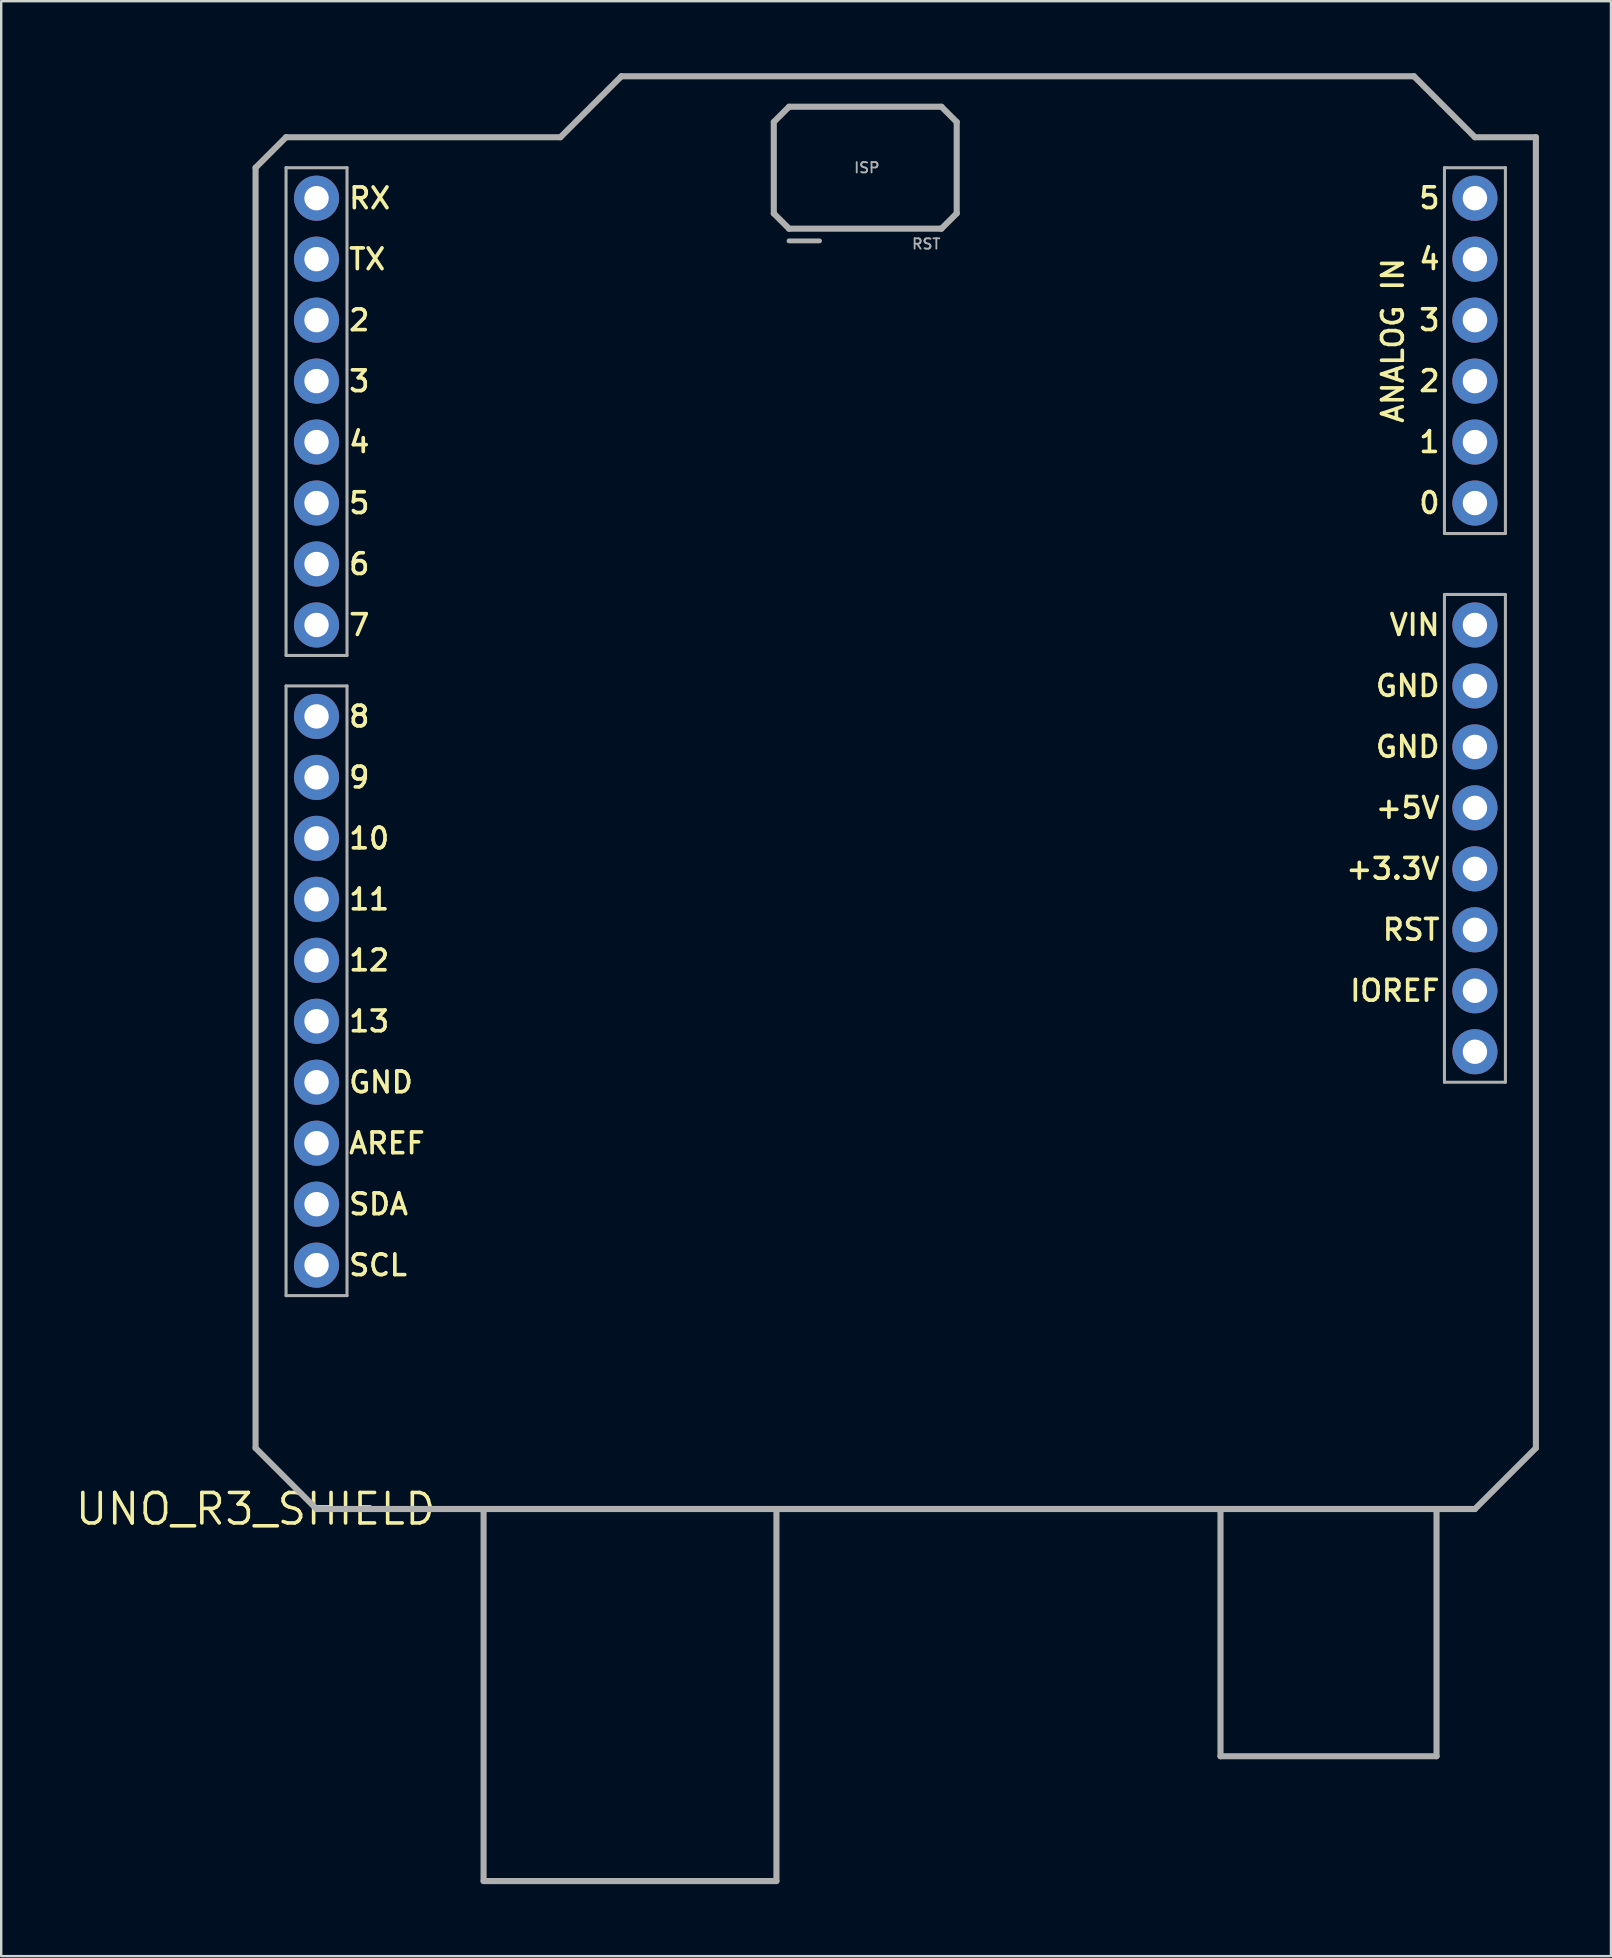
<source format=kicad_pcb>
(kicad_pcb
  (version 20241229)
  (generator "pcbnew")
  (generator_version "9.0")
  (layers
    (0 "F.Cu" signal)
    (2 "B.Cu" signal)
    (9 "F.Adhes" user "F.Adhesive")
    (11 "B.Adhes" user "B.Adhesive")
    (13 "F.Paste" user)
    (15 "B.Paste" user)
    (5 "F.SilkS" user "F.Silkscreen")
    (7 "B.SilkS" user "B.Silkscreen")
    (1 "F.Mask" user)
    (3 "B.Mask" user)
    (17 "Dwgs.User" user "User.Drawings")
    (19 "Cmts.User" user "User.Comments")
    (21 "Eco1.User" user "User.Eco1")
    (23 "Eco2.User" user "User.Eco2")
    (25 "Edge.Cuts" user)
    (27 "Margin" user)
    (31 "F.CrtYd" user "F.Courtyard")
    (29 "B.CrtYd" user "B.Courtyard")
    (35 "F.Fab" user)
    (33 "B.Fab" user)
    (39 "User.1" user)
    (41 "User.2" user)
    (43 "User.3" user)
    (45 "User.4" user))
  (footprint "UNO_R3_SHIELD"
    (layer "F.Cu")
    (at 7.597 59.817)
    (property "Reference" "UNO_R3_SHIELD" (at 0 0 0) (layer "F.SilkS") (effects (font (size 1.27 1.27) (thickness 0.15))))
    (fp_line (start 0 -55.88) (end 0 -2.54) (stroke (width 0.254) (type solid)) (layer "F.Fab"))
    (fp_line (start 0 -2.54) (end 2.54 0) (stroke (width 0.254) (type solid)) (layer "F.Fab"))
    (fp_line (start 1.27 -57.15) (end 0 -55.88) (stroke (width 0.254) (type solid)) (layer "F.Fab"))
    (fp_line (start 1.27 -55.88) (end 3.81 -55.88) (stroke (width 0.127) (type solid)) (layer "F.Fab"))
    (fp_line (start 1.27 -35.56) (end 1.27 -55.88) (stroke (width 0.127) (type solid)) (layer "F.Fab"))
    (fp_line (start 1.27 -34.29) (end 3.81 -34.29) (stroke (width 0.127) (type solid)) (layer "F.Fab"))
    (fp_line (start 1.27 -8.89) (end 1.27 -34.29) (stroke (width 0.127) (type solid)) (layer "F.Fab"))
    (fp_line (start 2.54 0) (end 9.5 0) (stroke (width 0.254) (type solid)) (layer "F.Fab"))
    (fp_line (start 3.81 -55.88) (end 3.81 -35.56) (stroke (width 0.127) (type solid)) (layer "F.Fab"))
    (fp_line (start 3.81 -35.56) (end 1.27 -35.56) (stroke (width 0.127) (type solid)) (layer "F.Fab"))
    (fp_line (start 3.81 -34.29) (end 3.81 -8.89) (stroke (width 0.127) (type solid)) (layer "F.Fab"))
    (fp_line (start 3.81 -8.89) (end 1.27 -8.89) (stroke (width 0.127) (type solid)) (layer "F.Fab"))
    (fp_line (start 9.5 0) (end 21.7 0) (stroke (width 0.254) (type solid)) (layer "F.Fab"))
    (fp_line (start 9.5 15.5) (end 9.5 0) (stroke (width 0.254) (type solid)) (layer "F.Fab"))
    (fp_line (start 9.5 15.5) (end 21.7 15.5) (stroke (width 0.254) (type solid)) (layer "F.Fab"))
    (fp_line (start 12.7 -57.15) (end 1.27 -57.15) (stroke (width 0.254) (type solid)) (layer "F.Fab"))
    (fp_line (start 15.24 -59.69) (end 12.7 -57.15) (stroke (width 0.254) (type solid)) (layer "F.Fab"))
    (fp_line (start 21.59 -57.785) (end 22.225 -58.42) (stroke (width 0.254) (type solid)) (layer "F.Fab"))
    (fp_line (start 21.59 -53.975) (end 21.59 -57.785) (stroke (width 0.254) (type solid)) (layer "F.Fab"))
    (fp_line (start 21.7 0) (end 50.8 0) (stroke (width 0.254) (type solid)) (layer "F.Fab"))
    (fp_line (start 21.7 15.5) (end 21.7 0) (stroke (width 0.254) (type solid)) (layer "F.Fab"))
    (fp_line (start 22.225 -58.42) (end 28.575 -58.42) (stroke (width 0.254) (type solid)) (layer "F.Fab"))
    (fp_line (start 22.225 -53.34) (end 21.59 -53.975) (stroke (width 0.254) (type solid)) (layer "F.Fab"))
    (fp_line (start 23.495 -52.832) (end 22.225 -52.832) (stroke (width 0.203) (type solid)) (layer "F.Fab"))
    (fp_line (start 28.575 -58.42) (end 29.21 -57.785) (stroke (width 0.254) (type solid)) (layer "F.Fab"))
    (fp_line (start 28.575 -53.34) (end 22.225 -53.34) (stroke (width 0.254) (type solid)) (layer "F.Fab"))
    (fp_line (start 29.21 -57.785) (end 29.21 -53.975) (stroke (width 0.254) (type solid)) (layer "F.Fab"))
    (fp_line (start 29.21 -53.975) (end 28.575 -53.34) (stroke (width 0.254) (type solid)) (layer "F.Fab"))
    (fp_line (start 40.2 10.3) (end 40.2 0.1) (stroke (width 0.254) (type solid)) (layer "F.Fab"))
    (fp_line (start 40.2 10.3) (end 49.2 10.3) (stroke (width 0.254) (type solid)) (layer "F.Fab"))
    (fp_line (start 48.26 -59.69) (end 15.24 -59.69) (stroke (width 0.254) (type solid)) (layer "F.Fab"))
    (fp_line (start 49.2 10.3) (end 49.2 0.1) (stroke (width 0.254) (type solid)) (layer "F.Fab"))
    (fp_line (start 49.53 -55.88) (end 52.07 -55.88) (stroke (width 0.127) (type solid)) (layer "F.Fab"))
    (fp_line (start 49.53 -40.64) (end 49.53 -55.88) (stroke (width 0.127) (type solid)) (layer "F.Fab"))
    (fp_line (start 49.53 -38.1) (end 49.53 -17.78) (stroke (width 0.127) (type solid)) (layer "F.Fab"))
    (fp_line (start 49.53 -17.78) (end 52.07 -17.78) (stroke (width 0.127) (type solid)) (layer "F.Fab"))
    (fp_line (start 50.8 -57.15) (end 48.26 -59.69) (stroke (width 0.254) (type solid)) (layer "F.Fab"))
    (fp_line (start 50.8 0) (end 53.34 -2.54) (stroke (width 0.254) (type solid)) (layer "F.Fab"))
    (fp_line (start 52.07 -55.88) (end 52.07 -40.64) (stroke (width 0.127) (type solid)) (layer "F.Fab"))
    (fp_line (start 52.07 -40.64) (end 49.53 -40.64) (stroke (width 0.127) (type solid)) (layer "F.Fab"))
    (fp_line (start 52.07 -38.1) (end 49.53 -38.1) (stroke (width 0.127) (type solid)) (layer "F.Fab"))
    (fp_line (start 52.07 -17.78) (end 52.07 -38.1) (stroke (width 0.127) (type solid)) (layer "F.Fab"))
    (fp_line (start 53.34 -57.15) (end 50.8 -57.15) (stroke (width 0.254) (type solid)) (layer "F.Fab"))
    (fp_line (start 53.34 -2.54) (end 53.34 -57.15) (stroke (width 0.254) (type solid)) (layer "F.Fab"))
    (fp_text user "RST" (at 49.416 -24.638 0) (layer "F.SilkS") (effects (font (size 0.864 0.864) (thickness 0.152)) (justify right top)))
    (fp_text user "10" (at 3.81 -27.432 0) (layer "F.SilkS") (effects (font (size 0.864 0.864) (thickness 0.152)) (justify left bottom)))
    (fp_text user "2" (at 3.81 -49.022 0) (layer "F.SilkS") (effects (font (size 0.864 0.864) (thickness 0.152)) (justify left bottom)))
    (fp_text user "GND" (at 49.416 -34.798 0) (layer "F.SilkS") (effects (font (size 0.864 0.864) (thickness 0.152)) (justify right top)))
    (fp_text user "8" (at 3.81 -32.512 0) (layer "F.SilkS") (effects (font (size 0.864 0.864) (thickness 0.152)) (justify left bottom)))
    (fp_text user "TX" (at 3.81 -51.562 0) (layer "F.SilkS") (effects (font (size 0.864 0.864) (thickness 0.152)) (justify left bottom)))
    (fp_text user "4" (at 49.416 -52.578 0) (layer "F.SilkS") (effects (font (size 0.864 0.864) (thickness 0.152)) (justify right top)))
    (fp_text user "3" (at 3.81 -46.482 0) (layer "F.SilkS") (effects (font (size 0.864 0.864) (thickness 0.152)) (justify left bottom)))
    (fp_text user "RX" (at 3.81 -54.102 0) (layer "F.SilkS") (effects (font (size 0.864 0.864) (thickness 0.152)) (justify left bottom)))
    (fp_text user "12" (at 3.81 -22.352 0) (layer "F.SilkS") (effects (font (size 0.864 0.864) (thickness 0.152)) (justify left bottom)))
    (fp_text user "4" (at 3.81 -43.942 0) (layer "F.SilkS") (effects (font (size 0.864 0.864) (thickness 0.152)) (justify left bottom)))
    (fp_text user "VIN" (at 49.416 -37.338 0) (layer "F.SilkS") (effects (font (size 0.864 0.864) (thickness 0.152)) (justify right top)))
    (fp_text user "1" (at 49.416 -44.958 0) (layer "F.SilkS") (effects (font (size 0.864 0.864) (thickness 0.152)) (justify right top)))
    (fp_text user "+3.3V" (at 49.416 -27.178 0) (layer "F.SilkS") (effects (font (size 0.864 0.864) (thickness 0.152)) (justify right top)))
    (fp_text user "GND" (at 3.81 -17.272 0) (layer "F.SilkS") (effects (font (size 0.864 0.864) (thickness 0.152)) (justify left bottom)))
    (fp_text user "IOREF" (at 49.416 -22.098 0) (layer "F.SilkS") (effects (font (size 0.864 0.864) (thickness 0.152)) (justify right top)))
    (fp_text user "GND" (at 49.416 -32.258 0) (layer "F.SilkS") (effects (font (size 0.864 0.864) (thickness 0.152)) (justify right top)))
    (fp_text user "SDA" (at 3.81 -12.192 0) (layer "F.SilkS") (effects (font (size 0.864 0.864) (thickness 0.152)) (justify left bottom)))
    (fp_text user "9" (at 3.81 -29.972 0) (layer "F.SilkS") (effects (font (size 0.864 0.864) (thickness 0.152)) (justify left bottom)))
    (fp_text user "+5V" (at 49.416 -29.718 0) (layer "F.SilkS") (effects (font (size 0.864 0.864) (thickness 0.152)) (justify right top)))
    (fp_text user "11" (at 3.81 -24.892 0) (layer "F.SilkS") (effects (font (size 0.864 0.864) (thickness 0.152)) (justify left bottom)))
    (fp_text user "AREF" (at 3.81 -14.732 0) (layer "F.SilkS") (effects (font (size 0.864 0.864) (thickness 0.152)) (justify left bottom)))
    (fp_text user "13" (at 3.81 -19.812 0) (layer "F.SilkS") (effects (font (size 0.864 0.864) (thickness 0.152)) (justify left bottom)))
    (fp_text user "6" (at 3.81 -38.862 0) (layer "F.SilkS") (effects (font (size 0.864 0.864) (thickness 0.152)) (justify left bottom)))
    (fp_text user "3" (at 49.416 -50.038 0) (layer "F.SilkS") (effects (font (size 0.864 0.864) (thickness 0.152)) (justify right top)))
    (fp_text user "5" (at 3.81 -41.402 0) (layer "F.SilkS") (effects (font (size 0.864 0.864) (thickness 0.152)) (justify left bottom)))
    (fp_text user "5" (at 49.416 -55.118 0) (layer "F.SilkS") (effects (font (size 0.864 0.864) (thickness 0.152)) (justify right top)))
    (fp_text user "2" (at 49.416 -47.498 0) (layer "F.SilkS") (effects (font (size 0.864 0.864) (thickness 0.152)) (justify right top)))
    (fp_text user "7" (at 3.81 -36.322 0) (layer "F.SilkS") (effects (font (size 0.864 0.864) (thickness 0.152)) (justify left bottom)))
    (fp_text user "ANALOG IN" (at 46.876 -52.197 90) (layer "F.SilkS") (effects (font (size 0.864 0.864) (thickness 0.152)) (justify right top)))
    (fp_text user "0" (at 49.416 -42.418 0) (layer "F.SilkS") (effects (font (size 0.864 0.864) (thickness 0.152)) (justify right top)))
    (fp_text user "SCL" (at 3.81 -9.652 0) (layer "F.SilkS") (effects (font (size 0.864 0.864) (thickness 0.152)) (justify left bottom)))
    (fp_text user "ISP" (at 24.892 -55.626 0) (layer "F.Fab") (effects (font (size 0.432 0.432) (thickness 0.076)) (justify left bottom)))
    (fp_text user "RST" (at 27.305 -52.451 0) (layer "F.Fab") (effects (font (size 0.432 0.432) (thickness 0.076)) (justify left bottom)))
    (pad "3.3V" thru_hole circle (at 50.8 -26.67 90) (size 1.88 1.88) (drill 1.016) (layers "*.Cu" "*.Mask"))
    (pad "5V" thru_hole circle (at 50.8 -29.21 90) (size 1.88 1.88) (drill 1.016) (layers "*.Cu" "*.Mask"))
    (pad "A0" thru_hole circle (at 50.8 -41.91 90) (size 1.88 1.88) (drill 1.016) (layers "*.Cu" "*.Mask"))
    (pad "A1" thru_hole circle (at 50.8 -44.45 90) (size 1.88 1.88) (drill 1.016) (layers "*.Cu" "*.Mask"))
    (pad "A2" thru_hole circle (at 50.8 -46.99 90) (size 1.88 1.88) (drill 1.016) (layers "*.Cu" "*.Mask"))
    (pad "A3" thru_hole circle (at 50.8 -49.53 90) (size 1.88 1.88) (drill 1.016) (layers "*.Cu" "*.Mask"))
    (pad "A4" thru_hole circle (at 50.8 -52.07 90) (size 1.88 1.88) (drill 1.016) (layers "*.Cu" "*.Mask"))
    (pad "A5" thru_hole circle (at 50.8 -54.61 90) (size 1.88 1.88) (drill 1.016) (layers "*.Cu" "*.Mask"))
    (pad "AREF" thru_hole circle (at 2.54 -15.24 90) (size 1.88 1.88) (drill 1.016) (layers "*.Cu" "*.Mask"))
    (pad "D2" thru_hole circle (at 2.54 -49.53 90) (size 1.88 1.88) (drill 1.016) (layers "*.Cu" "*.Mask"))
    (pad "D3" thru_hole circle (at 2.54 -46.99 90) (size 1.88 1.88) (drill 1.016) (layers "*.Cu" "*.Mask"))
    (pad "D4" thru_hole circle (at 2.54 -44.45 90) (size 1.88 1.88) (drill 1.016) (layers "*.Cu" "*.Mask"))
    (pad "D5" thru_hole circle (at 2.54 -41.91 90) (size 1.88 1.88) (drill 1.016) (layers "*.Cu" "*.Mask"))
    (pad "D6" thru_hole circle (at 2.54 -39.37 90) (size 1.88 1.88) (drill 1.016) (layers "*.Cu" "*.Mask"))
    (pad "D7" thru_hole circle (at 2.54 -36.83 90) (size 1.88 1.88) (drill 1.016) (layers "*.Cu" "*.Mask"))
    (pad "D8" thru_hole circle (at 2.54 -33.02 90) (size 1.88 1.88) (drill 1.016) (layers "*.Cu" "*.Mask"))
    (pad "D9" thru_hole circle (at 2.54 -30.48 90) (size 1.88 1.88) (drill 1.016) (layers "*.Cu" "*.Mask"))
    (pad "D10" thru_hole circle (at 2.54 -27.94 90) (size 1.88 1.88) (drill 1.016) (layers "*.Cu" "*.Mask"))
    (pad "D11" thru_hole circle (at 2.54 -25.4 90) (size 1.88 1.88) (drill 1.016) (layers "*.Cu" "*.Mask"))
    (pad "D12" thru_hole circle (at 2.54 -22.86 90) (size 1.88 1.88) (drill 1.016) (layers "*.Cu" "*.Mask"))
    (pad "D13" thru_hole circle (at 2.54 -20.32 90) (size 1.88 1.88) (drill 1.016) (layers "*.Cu" "*.Mask"))
    (pad "GND@0" thru_hole circle (at 50.8 -31.75 90) (size 1.88 1.88) (drill 1.016) (layers "*.Cu" "*.Mask"))
    (pad "GND@1" thru_hole circle (at 50.8 -34.29 90) (size 1.88 1.88) (drill 1.016) (layers "*.Cu" "*.Mask"))
    (pad "GND@2" thru_hole circle (at 2.54 -17.78 90) (size 1.88 1.88) (drill 1.016) (layers "*.Cu" "*.Mask"))
    (pad "IOREF" thru_hole circle (at 50.8 -21.59 90) (size 1.88 1.88) (drill 1.016) (layers "*.Cu" "*.Mask"))
    (pad "NC" thru_hole circle (at 50.8 -19.05 90) (size 1.88 1.88) (drill 1.016) (layers "*.Cu" "*.Mask"))
    (pad "RES" thru_hole circle (at 50.8 -24.13 90) (size 1.88 1.88) (drill 1.016) (layers "*.Cu" "*.Mask"))
    (pad "RX" thru_hole circle (at 2.54 -54.61 90) (size 1.88 1.88) (drill 1.016) (layers "*.Cu" "*.Mask"))
    (pad "SCL" thru_hole circle (at 2.54 -10.16 90) (size 1.88 1.88) (drill 1.016) (layers "*.Cu" "*.Mask"))
    (pad "SDA" thru_hole circle (at 2.54 -12.7 90) (size 1.88 1.88) (drill 1.016) (layers "*.Cu" "*.Mask"))
    (pad "TX" thru_hole circle (at 2.54 -52.07 90) (size 1.88 1.88) (drill 1.016) (layers "*.Cu" "*.Mask"))
    (pad "VIN" thru_hole circle (at 50.8 -36.83 90) (size 1.88 1.88) (drill 1.016) (layers "*.Cu" "*.Mask")))
  (gr_rect
    (start -3 -3)
    (end 64.064 78.444)
    (stroke (width 0.1) (type default))
    (fill no)
    (layer "Edge.Cuts")))
</source>
